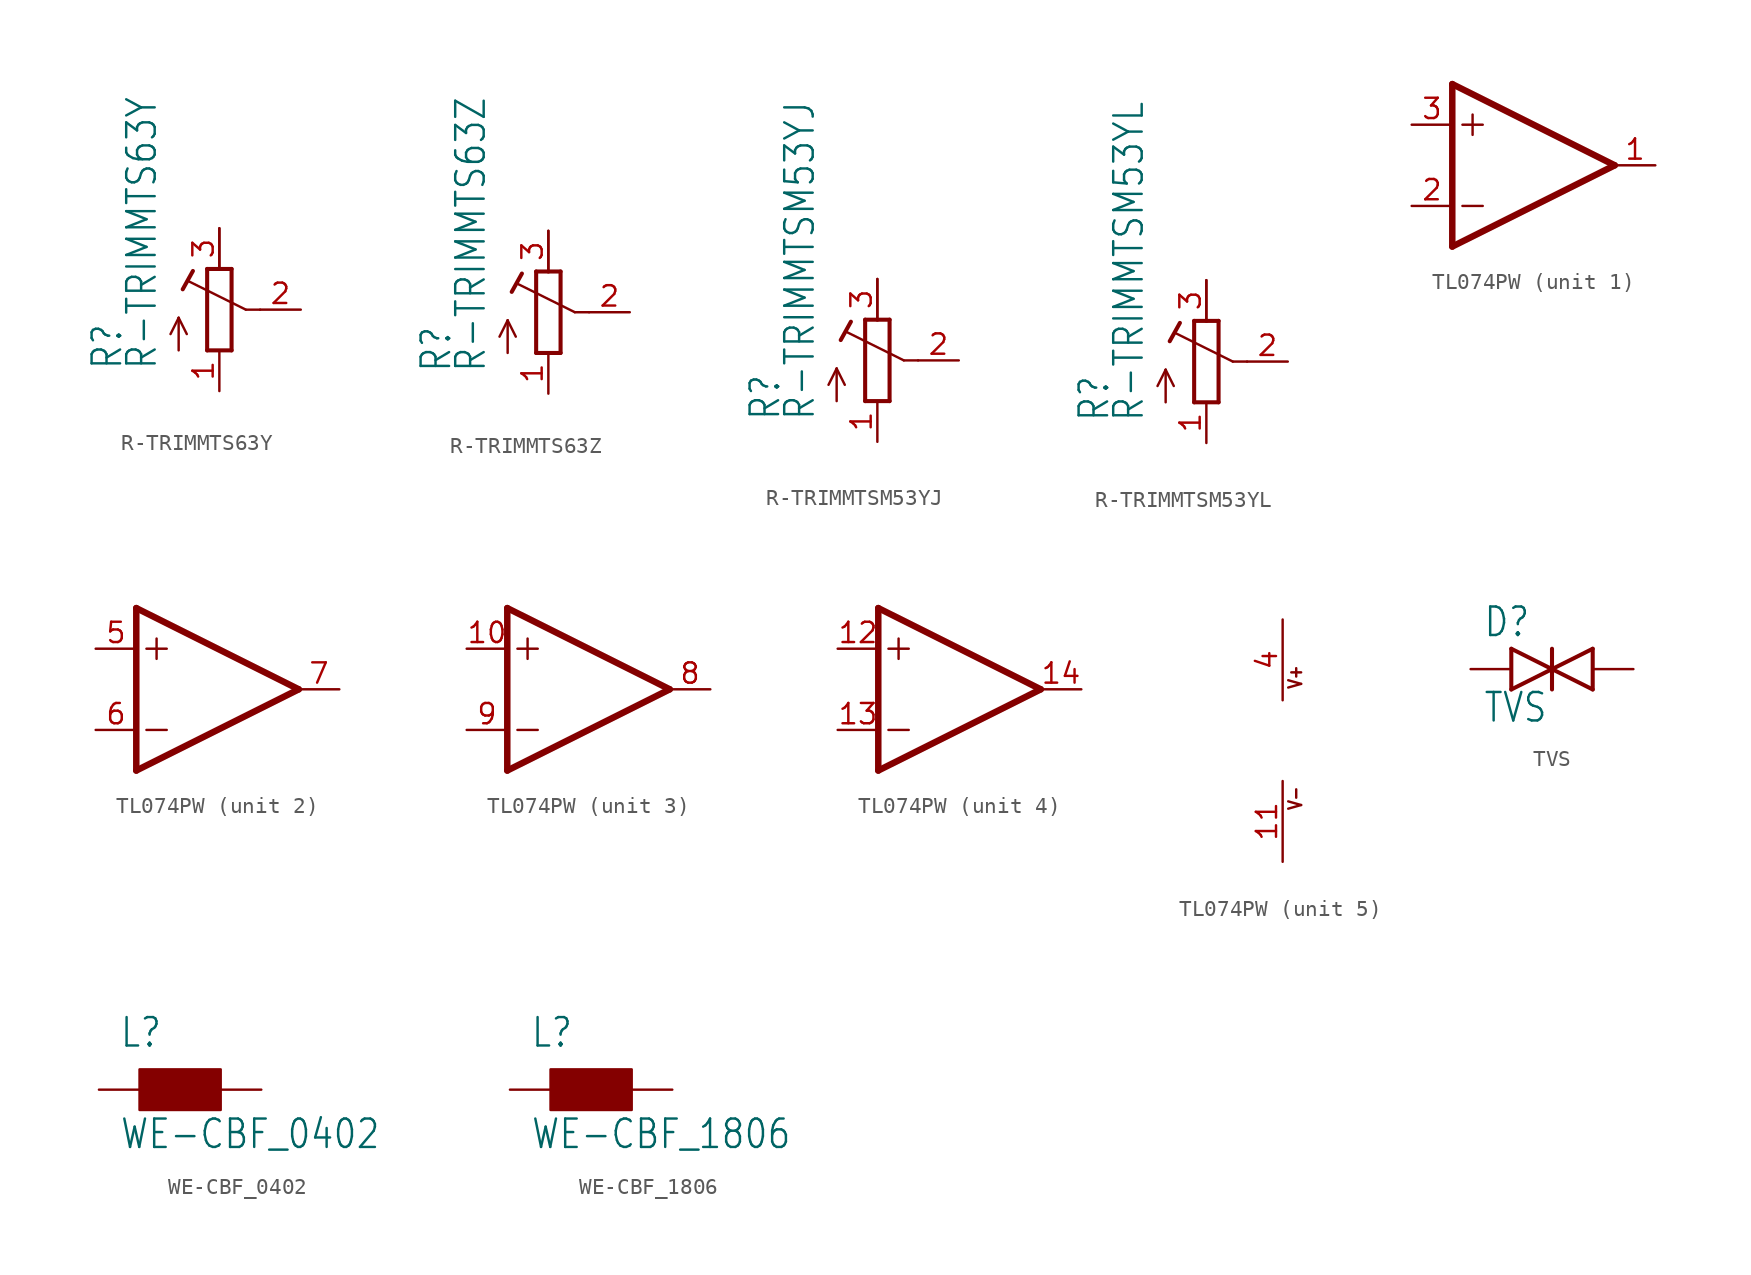
<source format=kicad_sym>
(kicad_symbol_lib
  (version 20211014)
  (generator kicad_symbol_editor)
  (symbol "R-TRIMMTS63Y"
    (property "Reference" "R"
      (at -5.969 -3.81 90)
      (effects (font (size 1.778 1.511)) (justify left bottom)))
    (property "Value" "R-TRIMMTS63Y"
      (at -3.81 -3.81 90)
      (effects (font (size 1.778 1.511)) (justify left bottom)))
    (property "ki_locked" ""
      (at 0 0 0)
      (effects (font (size 1.27 1.27))))
    (symbol "R-TRIMMTS63Y_1_0"
      (polyline (pts (xy -2.54 -2.54) (xy -2.54 -0.508)) (stroke (width 0.152) (type default) (color 0 0 0 0)) (fill (type none)))
      (polyline (pts (xy -2.54 -0.508) (xy -3.048 -1.524)) (stroke (width 0.152) (type default) (color 0 0 0 0)) (fill (type none)))
      (polyline (pts (xy -2.54 -0.508) (xy -2.032 -1.524)) (stroke (width 0.152) (type default) (color 0 0 0 0)) (fill (type none)))
      (polyline (pts (xy -2.286 1.27) (xy -1.651 2.413)) (stroke (width 0.254) (type default) (color 0 0 0 0)) (fill (type none)))
      (polyline (pts (xy -0.762 -2.54) (xy 0.762 -2.54)) (stroke (width 0.254) (type default) (color 0 0 0 0)) (fill (type none)))
      (polyline (pts (xy -0.762 2.54) (xy -0.762 -2.54)) (stroke (width 0.254) (type default) (color 0 0 0 0)) (fill (type none)))
      (polyline (pts (xy 0 2.54) (xy -0.762 2.54)) (stroke (width 0.254) (type default) (color 0 0 0 0)) (fill (type none)))
      (polyline (pts (xy 0 2.54) (xy 0 5.08)) (stroke (width 0.152) (type default) (color 0 0 0 0)) (fill (type none)))
      (polyline (pts (xy 0.762 -2.54) (xy 0.762 2.54)) (stroke (width 0.254) (type default) (color 0 0 0 0)) (fill (type none)))
      (polyline (pts (xy 0.762 2.54) (xy 0 2.54)) (stroke (width 0.254) (type default) (color 0 0 0 0)) (fill (type none)))
      (polyline (pts (xy 1.651 0) (xy -1.88 1.753)) (stroke (width 0.152) (type default) (color 0 0 0 0)) (fill (type none)))
      (polyline (pts (xy 2.54 0) (xy 1.651 0)) (stroke (width 0.152) (type default) (color 0 0 0 0)) (fill (type none)))
      (pin passive line (at 0 -5.08 90) (length 2.54) (name "E" (effects (font (size 0 0)))) (number "1" (effects (font (size 1.27 1.27)))))
      (pin passive line (at 5.08 0 180) (length 2.54) (name "S" (effects (font (size 0 0)))) (number "2" (effects (font (size 1.27 1.27)))))
      (pin passive line (at 0 5.08 270) (length 2.54) (name "A" (effects (font (size 0 0)))) (number "3" (effects (font (size 1.27 1.27)))))))
  (symbol "R-TRIMMTS63Z"
    (property "Reference" "R"
      (at -5.969 -3.81 90)
      (effects (font (size 1.778 1.511)) (justify left bottom)))
    (property "Value" "R-TRIMMTS63Z"
      (at -3.81 -3.81 90)
      (effects (font (size 1.778 1.511)) (justify left bottom)))
    (property "ki_locked" ""
      (at 0 0 0)
      (effects (font (size 1.27 1.27))))
    (symbol "R-TRIMMTS63Z_1_0"
      (polyline (pts (xy -2.54 -2.54) (xy -2.54 -0.508)) (stroke (width 0.152) (type default) (color 0 0 0 0)) (fill (type none)))
      (polyline (pts (xy -2.54 -0.508) (xy -3.048 -1.524)) (stroke (width 0.152) (type default) (color 0 0 0 0)) (fill (type none)))
      (polyline (pts (xy -2.54 -0.508) (xy -2.032 -1.524)) (stroke (width 0.152) (type default) (color 0 0 0 0)) (fill (type none)))
      (polyline (pts (xy -2.286 1.27) (xy -1.651 2.413)) (stroke (width 0.254) (type default) (color 0 0 0 0)) (fill (type none)))
      (polyline (pts (xy -0.762 -2.54) (xy 0.762 -2.54)) (stroke (width 0.254) (type default) (color 0 0 0 0)) (fill (type none)))
      (polyline (pts (xy -0.762 2.54) (xy -0.762 -2.54)) (stroke (width 0.254) (type default) (color 0 0 0 0)) (fill (type none)))
      (polyline (pts (xy 0 2.54) (xy -0.762 2.54)) (stroke (width 0.254) (type default) (color 0 0 0 0)) (fill (type none)))
      (polyline (pts (xy 0 2.54) (xy 0 5.08)) (stroke (width 0.152) (type default) (color 0 0 0 0)) (fill (type none)))
      (polyline (pts (xy 0.762 -2.54) (xy 0.762 2.54)) (stroke (width 0.254) (type default) (color 0 0 0 0)) (fill (type none)))
      (polyline (pts (xy 0.762 2.54) (xy 0 2.54)) (stroke (width 0.254) (type default) (color 0 0 0 0)) (fill (type none)))
      (polyline (pts (xy 1.651 0) (xy -1.88 1.753)) (stroke (width 0.152) (type default) (color 0 0 0 0)) (fill (type none)))
      (polyline (pts (xy 2.54 0) (xy 1.651 0)) (stroke (width 0.152) (type default) (color 0 0 0 0)) (fill (type none)))
      (pin passive line (at 0 -5.08 90) (length 2.54) (name "E" (effects (font (size 0 0)))) (number "1" (effects (font (size 1.27 1.27)))))
      (pin passive line (at 5.08 0 180) (length 2.54) (name "S" (effects (font (size 0 0)))) (number "2" (effects (font (size 1.27 1.27)))))
      (pin passive line (at 0 5.08 270) (length 2.54) (name "A" (effects (font (size 0 0)))) (number "3" (effects (font (size 1.27 1.27)))))))
  (symbol "R-TRIMMTSM53YJ"
    (property "Reference" "R"
      (at -5.969 -3.81 90)
      (effects (font (size 1.778 1.511)) (justify left bottom)))
    (property "Value" "R-TRIMMTSM53YJ"
      (at -3.81 -3.81 90)
      (effects (font (size 1.778 1.511)) (justify left bottom)))
    (property "ki_locked" ""
      (at 0 0 0)
      (effects (font (size 1.27 1.27))))
    (symbol "R-TRIMMTSM53YJ_1_0"
      (polyline (pts (xy -2.54 -2.54) (xy -2.54 -0.508)) (stroke (width 0.152) (type default) (color 0 0 0 0)) (fill (type none)))
      (polyline (pts (xy -2.54 -0.508) (xy -3.048 -1.524)) (stroke (width 0.152) (type default) (color 0 0 0 0)) (fill (type none)))
      (polyline (pts (xy -2.54 -0.508) (xy -2.032 -1.524)) (stroke (width 0.152) (type default) (color 0 0 0 0)) (fill (type none)))
      (polyline (pts (xy -2.286 1.27) (xy -1.651 2.413)) (stroke (width 0.254) (type default) (color 0 0 0 0)) (fill (type none)))
      (polyline (pts (xy -0.762 -2.54) (xy 0.762 -2.54)) (stroke (width 0.254) (type default) (color 0 0 0 0)) (fill (type none)))
      (polyline (pts (xy -0.762 2.54) (xy -0.762 -2.54)) (stroke (width 0.254) (type default) (color 0 0 0 0)) (fill (type none)))
      (polyline (pts (xy 0 2.54) (xy -0.762 2.54)) (stroke (width 0.254) (type default) (color 0 0 0 0)) (fill (type none)))
      (polyline (pts (xy 0 2.54) (xy 0 5.08)) (stroke (width 0.152) (type default) (color 0 0 0 0)) (fill (type none)))
      (polyline (pts (xy 0.762 -2.54) (xy 0.762 2.54)) (stroke (width 0.254) (type default) (color 0 0 0 0)) (fill (type none)))
      (polyline (pts (xy 0.762 2.54) (xy 0 2.54)) (stroke (width 0.254) (type default) (color 0 0 0 0)) (fill (type none)))
      (polyline (pts (xy 1.651 0) (xy -1.88 1.753)) (stroke (width 0.152) (type default) (color 0 0 0 0)) (fill (type none)))
      (polyline (pts (xy 2.54 0) (xy 1.651 0)) (stroke (width 0.152) (type default) (color 0 0 0 0)) (fill (type none)))
      (pin passive line (at 0 -5.08 90) (length 2.54) (name "E" (effects (font (size 0 0)))) (number "1" (effects (font (size 1.27 1.27)))))
      (pin passive line (at 5.08 0 180) (length 2.54) (name "S" (effects (font (size 0 0)))) (number "2" (effects (font (size 1.27 1.27)))))
      (pin passive line (at 0 5.08 270) (length 2.54) (name "A" (effects (font (size 0 0)))) (number "3" (effects (font (size 1.27 1.27)))))))
  (symbol "R-TRIMMTSM53YL"
    (property "Reference" "R"
      (at -5.969 -3.81 90)
      (effects (font (size 1.778 1.511)) (justify left bottom)))
    (property "Value" "R-TRIMMTSM53YL"
      (at -3.81 -3.81 90)
      (effects (font (size 1.778 1.511)) (justify left bottom)))
    (property "ki_locked" ""
      (at 0 0 0)
      (effects (font (size 1.27 1.27))))
    (symbol "R-TRIMMTSM53YL_1_0"
      (polyline (pts (xy -2.54 -2.54) (xy -2.54 -0.508)) (stroke (width 0.152) (type default) (color 0 0 0 0)) (fill (type none)))
      (polyline (pts (xy -2.54 -0.508) (xy -3.048 -1.524)) (stroke (width 0.152) (type default) (color 0 0 0 0)) (fill (type none)))
      (polyline (pts (xy -2.54 -0.508) (xy -2.032 -1.524)) (stroke (width 0.152) (type default) (color 0 0 0 0)) (fill (type none)))
      (polyline (pts (xy -2.286 1.27) (xy -1.651 2.413)) (stroke (width 0.254) (type default) (color 0 0 0 0)) (fill (type none)))
      (polyline (pts (xy -0.762 -2.54) (xy 0.762 -2.54)) (stroke (width 0.254) (type default) (color 0 0 0 0)) (fill (type none)))
      (polyline (pts (xy -0.762 2.54) (xy -0.762 -2.54)) (stroke (width 0.254) (type default) (color 0 0 0 0)) (fill (type none)))
      (polyline (pts (xy 0 2.54) (xy -0.762 2.54)) (stroke (width 0.254) (type default) (color 0 0 0 0)) (fill (type none)))
      (polyline (pts (xy 0 2.54) (xy 0 5.08)) (stroke (width 0.152) (type default) (color 0 0 0 0)) (fill (type none)))
      (polyline (pts (xy 0.762 -2.54) (xy 0.762 2.54)) (stroke (width 0.254) (type default) (color 0 0 0 0)) (fill (type none)))
      (polyline (pts (xy 0.762 2.54) (xy 0 2.54)) (stroke (width 0.254) (type default) (color 0 0 0 0)) (fill (type none)))
      (polyline (pts (xy 1.651 0) (xy -1.88 1.753)) (stroke (width 0.152) (type default) (color 0 0 0 0)) (fill (type none)))
      (polyline (pts (xy 2.54 0) (xy 1.651 0)) (stroke (width 0.152) (type default) (color 0 0 0 0)) (fill (type none)))
      (pin passive line (at 0 -5.08 90) (length 2.54) (name "E" (effects (font (size 0 0)))) (number "1" (effects (font (size 1.27 1.27)))))
      (pin passive line (at 5.08 0 180) (length 2.54) (name "S" (effects (font (size 0 0)))) (number "2" (effects (font (size 1.27 1.27)))))
      (pin passive line (at 0 5.08 270) (length 2.54) (name "A" (effects (font (size 0 0)))) (number "3" (effects (font (size 1.27 1.27)))))))
  (symbol "TL074PW"
    (property "Reference" "IC"
      (at 2.54 3.175 0)
      (effects (font (size 1.778 1.511)) (justify left bottom) hide))
    (property "ki_locked" ""
      (at 0 0 0)
      (effects (font (size 1.27 1.27))))
    (symbol "TL074PW_1_0"
      (polyline (pts (xy -5.08 -5.08) (xy 5.08 0)) (stroke (width 0.406) (type default) (color 0 0 0 0)) (fill (type none)))
      (polyline (pts (xy -5.08 5.08) (xy -5.08 -5.08)) (stroke (width 0.406) (type default) (color 0 0 0 0)) (fill (type none)))
      (polyline (pts (xy -4.445 -2.54) (xy -3.175 -2.54)) (stroke (width 0.152) (type default) (color 0 0 0 0)) (fill (type none)))
      (polyline (pts (xy -4.445 2.54) (xy -3.175 2.54)) (stroke (width 0.152) (type default) (color 0 0 0 0)) (fill (type none)))
      (polyline (pts (xy -3.81 3.175) (xy -3.81 1.905)) (stroke (width 0.152) (type default) (color 0 0 0 0)) (fill (type none)))
      (polyline (pts (xy 5.08 0) (xy -5.08 5.08)) (stroke (width 0.406) (type default) (color 0 0 0 0)) (fill (type none)))
      (pin output line (at 7.62 0 180) (length 2.54) (name "OUT" (effects (font (size 0 0)))) (number "1" (effects (font (size 1.27 1.27)))))
      (pin input line (at -7.62 -2.54 0) (length 2.54) (name "-IN" (effects (font (size 0 0)))) (number "2" (effects (font (size 1.27 1.27)))))
      (pin input line (at -7.62 2.54 0) (length 2.54) (name "+IN" (effects (font (size 0 0)))) (number "3" (effects (font (size 1.27 1.27))))))
    (symbol "TL074PW_2_0"
      (polyline (pts (xy -5.08 -5.08) (xy 5.08 0)) (stroke (width 0.406) (type default) (color 0 0 0 0)) (fill (type none)))
      (polyline (pts (xy -5.08 5.08) (xy -5.08 -5.08)) (stroke (width 0.406) (type default) (color 0 0 0 0)) (fill (type none)))
      (polyline (pts (xy -4.445 -2.54) (xy -3.175 -2.54)) (stroke (width 0.152) (type default) (color 0 0 0 0)) (fill (type none)))
      (polyline (pts (xy -4.445 2.54) (xy -3.175 2.54)) (stroke (width 0.152) (type default) (color 0 0 0 0)) (fill (type none)))
      (polyline (pts (xy -3.81 3.175) (xy -3.81 1.905)) (stroke (width 0.152) (type default) (color 0 0 0 0)) (fill (type none)))
      (polyline (pts (xy 5.08 0) (xy -5.08 5.08)) (stroke (width 0.406) (type default) (color 0 0 0 0)) (fill (type none)))
      (pin input line (at -7.62 2.54 0) (length 2.54) (name "+IN" (effects (font (size 0 0)))) (number "5" (effects (font (size 1.27 1.27)))))
      (pin input line (at -7.62 -2.54 0) (length 2.54) (name "-IN" (effects (font (size 0 0)))) (number "6" (effects (font (size 1.27 1.27)))))
      (pin output line (at 7.62 0 180) (length 2.54) (name "OUT" (effects (font (size 0 0)))) (number "7" (effects (font (size 1.27 1.27))))))
    (symbol "TL074PW_3_0"
      (polyline (pts (xy -5.08 -5.08) (xy 5.08 0)) (stroke (width 0.406) (type default) (color 0 0 0 0)) (fill (type none)))
      (polyline (pts (xy -5.08 5.08) (xy -5.08 -5.08)) (stroke (width 0.406) (type default) (color 0 0 0 0)) (fill (type none)))
      (polyline (pts (xy -4.445 -2.54) (xy -3.175 -2.54)) (stroke (width 0.152) (type default) (color 0 0 0 0)) (fill (type none)))
      (polyline (pts (xy -4.445 2.54) (xy -3.175 2.54)) (stroke (width 0.152) (type default) (color 0 0 0 0)) (fill (type none)))
      (polyline (pts (xy -3.81 3.175) (xy -3.81 1.905)) (stroke (width 0.152) (type default) (color 0 0 0 0)) (fill (type none)))
      (polyline (pts (xy 5.08 0) (xy -5.08 5.08)) (stroke (width 0.406) (type default) (color 0 0 0 0)) (fill (type none)))
      (pin input line (at -7.62 2.54 0) (length 2.54) (name "+IN" (effects (font (size 0 0)))) (number "10" (effects (font (size 1.27 1.27)))))
      (pin output line (at 7.62 0 180) (length 2.54) (name "OUT" (effects (font (size 0 0)))) (number "8" (effects (font (size 1.27 1.27)))))
      (pin input line (at -7.62 -2.54 0) (length 2.54) (name "-IN" (effects (font (size 0 0)))) (number "9" (effects (font (size 1.27 1.27))))))
    (symbol "TL074PW_4_0"
      (polyline (pts (xy -5.08 -5.08) (xy 5.08 0)) (stroke (width 0.406) (type default) (color 0 0 0 0)) (fill (type none)))
      (polyline (pts (xy -5.08 5.08) (xy -5.08 -5.08)) (stroke (width 0.406) (type default) (color 0 0 0 0)) (fill (type none)))
      (polyline (pts (xy -4.445 -2.54) (xy -3.175 -2.54)) (stroke (width 0.152) (type default) (color 0 0 0 0)) (fill (type none)))
      (polyline (pts (xy -4.445 2.54) (xy -3.175 2.54)) (stroke (width 0.152) (type default) (color 0 0 0 0)) (fill (type none)))
      (polyline (pts (xy -3.81 3.175) (xy -3.81 1.905)) (stroke (width 0.152) (type default) (color 0 0 0 0)) (fill (type none)))
      (polyline (pts (xy 5.08 0) (xy -5.08 5.08)) (stroke (width 0.406) (type default) (color 0 0 0 0)) (fill (type none)))
      (pin input line (at -7.62 2.54 0) (length 2.54) (name "+IN" (effects (font (size 0 0)))) (number "12" (effects (font (size 1.27 1.27)))))
      (pin input line (at -7.62 -2.54 0) (length 2.54) (name "-IN" (effects (font (size 0 0)))) (number "13" (effects (font (size 1.27 1.27)))))
      (pin output line (at 7.62 0 180) (length 2.54) (name "OUT" (effects (font (size 0 0)))) (number "14" (effects (font (size 1.27 1.27))))))
    (symbol "TL074PW_5_0"
      (text "V+" (at 1.27 3.175 900) (effects (font (size 0.813 0.691)) (justify left bottom)))
      (text "V-" (at 1.27 -4.445 900) (effects (font (size 0.813 0.691)) (justify left bottom)))
      (pin power_in line (at 0 -7.62 90) (length 5.08) (name "V-" (effects (font (size 0 0)))) (number "11" (effects (font (size 1.27 1.27)))))
      (pin power_in line (at 0 7.62 270) (length 5.08) (name "V+" (effects (font (size 0 0)))) (number "4" (effects (font (size 1.27 1.27)))))))
  (symbol "TVS"
    (property "Reference" "D"
      (at -4.318 1.905 0)
      (effects (font (size 1.778 1.511)) (justify left bottom)))
    (property "Value" "TVS"
      (at -4.318 -3.429 0)
      (effects (font (size 1.778 1.511)) (justify left bottom)))
    (property "ki_locked" ""
      (at 0 0 0)
      (effects (font (size 1.27 1.27))))
    (symbol "TVS_1_0"
      (polyline (pts (xy -2.54 -1.27) (xy 0 0)) (stroke (width 0.254) (type default) (color 0 0 0 0)) (fill (type none)))
      (polyline (pts (xy -2.54 1.27) (xy -2.54 -1.27)) (stroke (width 0.254) (type default) (color 0 0 0 0)) (fill (type none)))
      (polyline (pts (xy 0 0) (xy -2.54 1.27)) (stroke (width 0.254) (type default) (color 0 0 0 0)) (fill (type none)))
      (polyline (pts (xy 0 0) (xy 2.54 -1.27)) (stroke (width 0.254) (type default) (color 0 0 0 0)) (fill (type none)))
      (polyline (pts (xy 0 1.27) (xy 0 -1.27)) (stroke (width 0.254) (type default) (color 0 0 0 0)) (fill (type none)))
      (polyline (pts (xy 2.54 -1.27) (xy 2.54 1.27)) (stroke (width 0.254) (type default) (color 0 0 0 0)) (fill (type none)))
      (polyline (pts (xy 2.54 1.27) (xy 0 0)) (stroke (width 0.254) (type default) (color 0 0 0 0)) (fill (type none)))
      (pin passive line (at -5.08 0 0) (length 2.54) (name "A" (effects (font (size 0 0)))) (number "1" (effects (font (size 0 0)))))
      (pin passive line (at 5.08 0 180) (length 2.54) (name "C" (effects (font (size 0 0)))) (number "2" (effects (font (size 0 0)))))))
  (symbol "WE-CBF_0402"
    (property "Reference" "L"
      (at -3.81 5.08 0)
      (effects (font (size 1.778 1.511)) (justify left bottom)))
    (property "Value" "WE-CBF_0402"
      (at -3.81 -1.27 0)
      (effects (font (size 1.778 1.511)) (justify left bottom)))
    (property "ki_locked" ""
      (at 0 0 0)
      (effects (font (size 1.27 1.27))))
    (symbol "WE-CBF_0402_1_0"
      (rectangle (start -2.54 1.27) (end 2.54 3.81) (stroke (width 0) (type default) (color 0 0 0 0)) (fill (type outline)))
      (pin passive line (at -5.08 2.54 0) (length 2.54) (name "1" (effects (font (size 0 0)))) (number "1" (effects (font (size 0 0)))))
      (pin passive line (at 5.08 2.54 180) (length 2.54) (name "2" (effects (font (size 0 0)))) (number "2" (effects (font (size 0 0)))))))
  (symbol "WE-CBF_1806"
    (property "Reference" "L"
      (at -3.81 5.08 0)
      (effects (font (size 1.778 1.511)) (justify left bottom)))
    (property "Value" "WE-CBF_1806"
      (at -3.81 -1.27 0)
      (effects (font (size 1.778 1.511)) (justify left bottom)))
    (property "ki_locked" ""
      (at 0 0 0)
      (effects (font (size 1.27 1.27))))
    (symbol "WE-CBF_1806_1_0"
      (rectangle (start -2.54 1.27) (end 2.54 3.81) (stroke (width 0) (type default) (color 0 0 0 0)) (fill (type outline)))
      (pin passive line (at -5.08 2.54 0) (length 2.54) (name "1" (effects (font (size 0 0)))) (number "1" (effects (font (size 0 0)))))
      (pin passive line (at 5.08 2.54 180) (length 2.54) (name "2" (effects (font (size 0 0)))) (number "2" (effects (font (size 0 0))))))))
</source>
